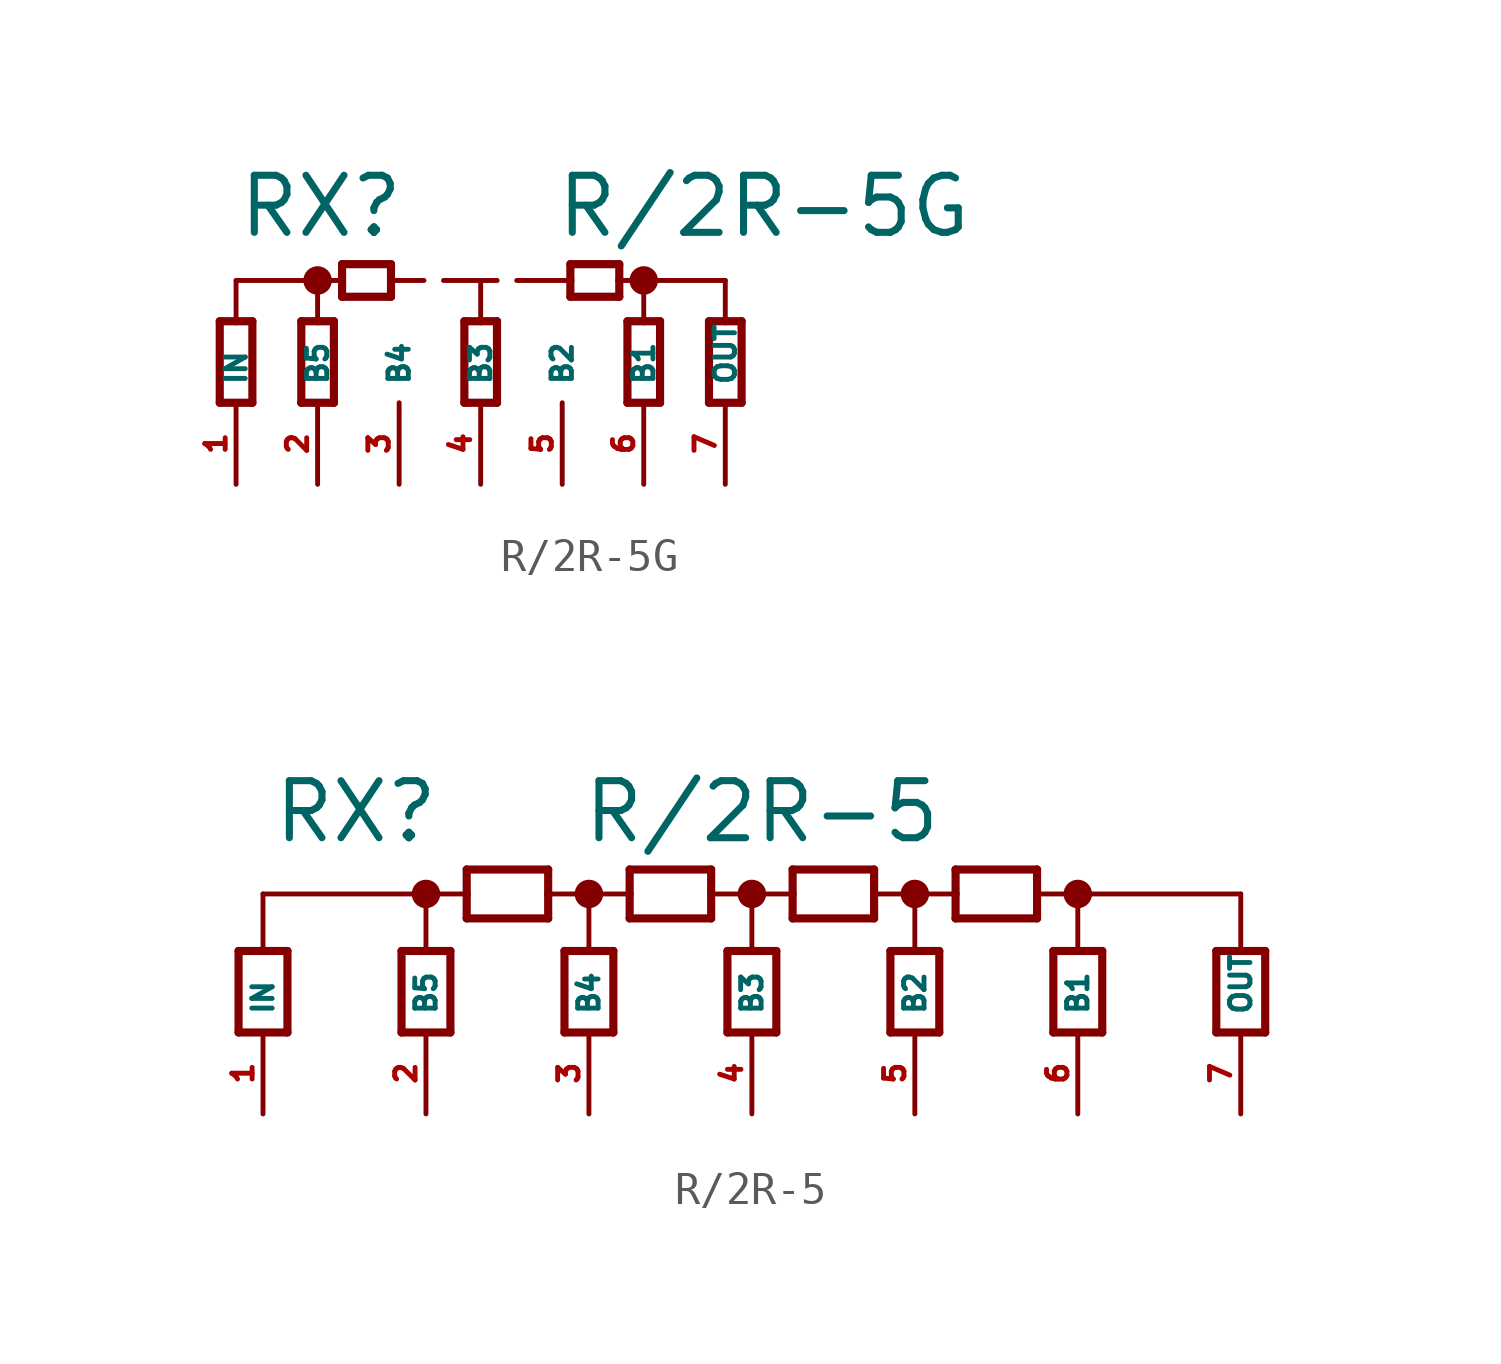
<source format=kicad_sym>
(kicad_symbol_lib
  (version 20220914)
  (generator Eagle2Kicad)
  (symbol "R/2R-5G"
    (property "Reference" "RX"
      (at -10.16 2.54 0)
      (effects (font (size 1.778 1.778) (thickness 0.22)) (justify left bottom)))
    (property "Value" "R/2R-5G"
      (at -0.254 2.54 0)
      (effects (font (size 1.778 1.778) (thickness 0.22)) (justify left bottom)))
    (polyline
      (pts (xy 2.032 -2.54) (xy 2.032 0))
      (stroke (width 0.254) (type default))
      (fill (type none)))
    (polyline
      (pts (xy 3.048 0) (xy 3.048 -2.54))
      (stroke (width 0.254) (type default))
      (fill (type none)))
    (polyline
      (pts (xy 2.032 0) (xy 2.54 0))
      (stroke (width 0.254) (type default))
      (fill (type none)))
    (polyline
      (pts (xy 2.54 0) (xy 3.048 0))
      (stroke (width 0.254) (type default))
      (fill (type none)))
    (polyline
      (pts (xy 3.048 -2.54) (xy 2.032 -2.54))
      (stroke (width 0.254) (type default))
      (fill (type none)))
    (polyline
      (pts (xy 0.254 1.778) (xy 1.778 1.778))
      (stroke (width 0.254) (type default))
      (fill (type none)))
    (polyline
      (pts (xy 1.778 0.762) (xy 0.254 0.762))
      (stroke (width 0.254) (type default))
      (fill (type none)))
    (polyline
      (pts (xy 1.778 1.778) (xy 1.778 1.27))
      (stroke (width 0.254) (type default))
      (fill (type none)))
    (polyline
      (pts (xy 1.778 1.27) (xy 1.778 0.762))
      (stroke (width 0.254) (type default))
      (fill (type none)))
    (polyline
      (pts (xy 0.254 0.762) (xy 0.254 1.27))
      (stroke (width 0.254) (type default))
      (fill (type none)))
    (polyline
      (pts (xy 0.254 1.27) (xy 0.254 1.778))
      (stroke (width 0.254) (type default))
      (fill (type none)))
    (polyline
      (pts (xy 1.778 1.27) (xy 2.54 1.27))
      (stroke (width 0.152) (type default))
      (fill (type none)))
    (polyline
      (pts (xy 2.54 1.27) (xy 5.08 1.27))
      (stroke (width 0.152) (type default))
      (fill (type none)))
    (polyline
      (pts (xy 5.08 0) (xy 5.08 1.27))
      (stroke (width 0.152) (type default))
      (fill (type none)))
    (polyline
      (pts (xy 2.54 0) (xy 2.54 1.27))
      (stroke (width 0.152) (type default))
      (fill (type none)))
    (polyline
      (pts (xy -7.62 1.27) (xy -10.16 1.27))
      (stroke (width 0.152) (type default))
      (fill (type none)))
    (polyline
      (pts (xy -10.16 0) (xy -10.16 1.27))
      (stroke (width 0.152) (type default))
      (fill (type none)))
    (polyline
      (pts (xy -6.858 1.778) (xy -5.334 1.778))
      (stroke (width 0.254) (type default))
      (fill (type none)))
    (polyline
      (pts (xy -5.334 0.762) (xy -6.858 0.762))
      (stroke (width 0.254) (type default))
      (fill (type none)))
    (polyline
      (pts (xy -5.334 1.778) (xy -5.334 1.27))
      (stroke (width 0.254) (type default))
      (fill (type none)))
    (polyline
      (pts (xy -5.334 1.27) (xy -5.334 0.762))
      (stroke (width 0.254) (type default))
      (fill (type none)))
    (polyline
      (pts (xy -6.858 0.762) (xy -6.858 1.27))
      (stroke (width 0.254) (type default))
      (fill (type none)))
    (polyline
      (pts (xy -6.858 1.27) (xy -6.858 1.778))
      (stroke (width 0.254) (type default))
      (fill (type none)))
    (polyline
      (pts (xy -7.62 1.27) (xy -6.858 1.27))
      (stroke (width 0.152) (type default))
      (fill (type none)))
    (polyline
      (pts (xy -7.62 0) (xy -7.62 1.27))
      (stroke (width 0.152) (type default))
      (fill (type none)))
    (polyline
      (pts (xy 4.572 -2.54) (xy 4.572 0))
      (stroke (width 0.254) (type default))
      (fill (type none)))
    (polyline
      (pts (xy 5.588 0) (xy 5.588 -2.54))
      (stroke (width 0.254) (type default))
      (fill (type none)))
    (polyline
      (pts (xy 4.572 0) (xy 5.08 0))
      (stroke (width 0.254) (type default))
      (fill (type none)))
    (polyline
      (pts (xy 5.08 0) (xy 5.588 0))
      (stroke (width 0.254) (type default))
      (fill (type none)))
    (polyline
      (pts (xy 5.588 -2.54) (xy 4.572 -2.54))
      (stroke (width 0.254) (type default))
      (fill (type none)))
    (polyline
      (pts (xy -10.668 -2.54) (xy -10.668 0))
      (stroke (width 0.254) (type default))
      (fill (type none)))
    (polyline
      (pts (xy -9.652 0) (xy -9.652 -2.54))
      (stroke (width 0.254) (type default))
      (fill (type none)))
    (polyline
      (pts (xy -10.668 0) (xy -10.16 0))
      (stroke (width 0.254) (type default))
      (fill (type none)))
    (polyline
      (pts (xy -10.16 0) (xy -9.652 0))
      (stroke (width 0.254) (type default))
      (fill (type none)))
    (polyline
      (pts (xy -9.652 -2.54) (xy -10.668 -2.54))
      (stroke (width 0.254) (type default))
      (fill (type none)))
    (polyline
      (pts (xy -8.128 -2.54) (xy -8.128 0))
      (stroke (width 0.254) (type default))
      (fill (type none)))
    (polyline
      (pts (xy -7.112 0) (xy -7.112 -2.54))
      (stroke (width 0.254) (type default))
      (fill (type none)))
    (polyline
      (pts (xy -8.128 0) (xy -7.62 0))
      (stroke (width 0.254) (type default))
      (fill (type none)))
    (polyline
      (pts (xy -7.62 0) (xy -7.112 0))
      (stroke (width 0.254) (type default))
      (fill (type none)))
    (polyline
      (pts (xy -7.112 -2.54) (xy -8.128 -2.54))
      (stroke (width 0.254) (type default))
      (fill (type none)))
    (polyline
      (pts (xy 0.254 1.27) (xy -5.334 1.27))
      (stroke (width 0.152) (type dash))
      (fill (type none)))
    (polyline
      (pts (xy -3.048 -2.54) (xy -3.048 0))
      (stroke (width 0.254) (type default))
      (fill (type none)))
    (polyline
      (pts (xy -2.032 0) (xy -2.032 -2.54))
      (stroke (width 0.254) (type default))
      (fill (type none)))
    (polyline
      (pts (xy -3.048 0) (xy -2.54 0))
      (stroke (width 0.254) (type default))
      (fill (type none)))
    (polyline
      (pts (xy -2.54 0) (xy -2.032 0))
      (stroke (width 0.254) (type default))
      (fill (type none)))
    (polyline
      (pts (xy -2.032 -2.54) (xy -3.048 -2.54))
      (stroke (width 0.254) (type default))
      (fill (type none)))
    (polyline
      (pts (xy -2.54 0) (xy -2.54 1.27))
      (stroke (width 0.152) (type default))
      (fill (type none)))
    (circle
      (center 2.54 1.27)
      (radius 0.254)
      (stroke (width 0.381) (type default))
      (fill (type none)))
    (circle
      (center -7.62 1.27)
      (radius 0.254)
      (stroke (width 0.381) (type default))
      (fill (type none)))
    (pin passive line
      (at 5.08 -5.08 90)
      (length 2.54)
      (name "OUT" (effects (font (size 0.635 0.635) (thickness 0.08)) (justify left bottom)))
      (number "7" (effects (font (size 0.635 0.635) (thickness 0.08)) (justify left bottom))))
    (pin passive line
      (at 2.54 -5.08 90)
      (length 2.54)
      (name "B1" (effects (font (size 0.635 0.635) (thickness 0.08)) (justify left bottom)))
      (number "6" (effects (font (size 0.635 0.635) (thickness 0.08)) (justify left bottom))))
    (pin passive line
      (at 0 -5.08 90)
      (length 2.54)
      (name "B2" (effects (font (size 0.635 0.635) (thickness 0.08)) (justify left bottom)))
      (number "5" (effects (font (size 0.635 0.635) (thickness 0.08)) (justify left bottom))))
    (pin passive line
      (at -2.54 -5.08 90)
      (length 2.54)
      (name "B3" (effects (font (size 0.635 0.635) (thickness 0.08)) (justify left bottom)))
      (number "4" (effects (font (size 0.635 0.635) (thickness 0.08)) (justify left bottom))))
    (pin passive line
      (at -5.08 -5.08 90)
      (length 2.54)
      (name "B4" (effects (font (size 0.635 0.635) (thickness 0.08)) (justify left bottom)))
      (number "3" (effects (font (size 0.635 0.635) (thickness 0.08)) (justify left bottom))))
    (pin passive line
      (at -7.62 -5.08 90)
      (length 2.54)
      (name "B5" (effects (font (size 0.635 0.635) (thickness 0.08)) (justify left bottom)))
      (number "2" (effects (font (size 0.635 0.635) (thickness 0.08)) (justify left bottom))))
    (pin passive line
      (at -10.16 -5.08 90)
      (length 2.54)
      (name "IN" (effects (font (size 0.635 0.635) (thickness 0.08)) (justify left bottom)))
      (number "1" (effects (font (size 0.635 0.635) (thickness 0.08)) (justify left bottom)))))
  (symbol "R/2R-5"
    (property "Reference" "RX"
      (at -14.986 3.302 0)
      (effects (font (size 1.778 1.778) (thickness 0.22)) (justify left bottom)))
    (property "Value" "R/2R-5"
      (at -5.334 3.302 0)
      (effects (font (size 1.778 1.778) (thickness 0.22)) (justify left bottom)))
    (polyline
      (pts (xy 10.16 1.778) (xy 15.24 1.778))
      (stroke (width 0.152) (type default))
      (fill (type none)))
    (polyline
      (pts (xy 14.478 -2.54) (xy 14.478 0))
      (stroke (width 0.254) (type default))
      (fill (type none)))
    (polyline
      (pts (xy 16.002 0) (xy 16.002 -2.54))
      (stroke (width 0.254) (type default))
      (fill (type none)))
    (polyline
      (pts (xy 14.478 0) (xy 15.24 0))
      (stroke (width 0.254) (type default))
      (fill (type none)))
    (polyline
      (pts (xy 15.24 0) (xy 16.002 0))
      (stroke (width 0.254) (type default))
      (fill (type none)))
    (polyline
      (pts (xy 16.002 -2.54) (xy 14.478 -2.54))
      (stroke (width 0.254) (type default))
      (fill (type none)))
    (polyline
      (pts (xy 15.24 0) (xy 15.24 1.778))
      (stroke (width 0.152) (type default))
      (fill (type none)))
    (polyline
      (pts (xy 9.398 -2.54) (xy 9.398 0))
      (stroke (width 0.254) (type default))
      (fill (type none)))
    (polyline
      (pts (xy 10.922 0) (xy 10.922 -2.54))
      (stroke (width 0.254) (type default))
      (fill (type none)))
    (polyline
      (pts (xy 9.398 0) (xy 10.16 0))
      (stroke (width 0.254) (type default))
      (fill (type none)))
    (polyline
      (pts (xy 10.16 0) (xy 10.922 0))
      (stroke (width 0.254) (type default))
      (fill (type none)))
    (polyline
      (pts (xy 10.922 -2.54) (xy 9.398 -2.54))
      (stroke (width 0.254) (type default))
      (fill (type none)))
    (polyline
      (pts (xy 6.35 2.54) (xy 8.89 2.54))
      (stroke (width 0.254) (type default))
      (fill (type none)))
    (polyline
      (pts (xy 8.89 1.016) (xy 6.35 1.016))
      (stroke (width 0.254) (type default))
      (fill (type none)))
    (polyline
      (pts (xy 8.89 2.54) (xy 8.89 1.778))
      (stroke (width 0.254) (type default))
      (fill (type none)))
    (polyline
      (pts (xy 8.89 1.778) (xy 8.89 1.016))
      (stroke (width 0.254) (type default))
      (fill (type none)))
    (polyline
      (pts (xy 6.35 1.016) (xy 6.35 1.778))
      (stroke (width 0.254) (type default))
      (fill (type none)))
    (polyline
      (pts (xy 6.35 1.778) (xy 6.35 2.54))
      (stroke (width 0.254) (type default))
      (fill (type none)))
    (polyline
      (pts (xy 8.89 1.778) (xy 10.16 1.778))
      (stroke (width 0.152) (type default))
      (fill (type none)))
    (polyline
      (pts (xy 10.16 0) (xy 10.16 1.778))
      (stroke (width 0.152) (type default))
      (fill (type none)))
    (polyline
      (pts (xy 5.08 1.778) (xy 6.35 1.778))
      (stroke (width 0.152) (type default))
      (fill (type none)))
    (polyline
      (pts (xy 4.318 -2.54) (xy 4.318 0))
      (stroke (width 0.254) (type default))
      (fill (type none)))
    (polyline
      (pts (xy 5.842 0) (xy 5.842 -2.54))
      (stroke (width 0.254) (type default))
      (fill (type none)))
    (polyline
      (pts (xy 4.318 0) (xy 5.08 0))
      (stroke (width 0.254) (type default))
      (fill (type none)))
    (polyline
      (pts (xy 5.08 0) (xy 5.842 0))
      (stroke (width 0.254) (type default))
      (fill (type none)))
    (polyline
      (pts (xy 5.842 -2.54) (xy 4.318 -2.54))
      (stroke (width 0.254) (type default))
      (fill (type none)))
    (polyline
      (pts (xy 1.27 2.54) (xy 3.81 2.54))
      (stroke (width 0.254) (type default))
      (fill (type none)))
    (polyline
      (pts (xy 3.81 1.016) (xy 1.27 1.016))
      (stroke (width 0.254) (type default))
      (fill (type none)))
    (polyline
      (pts (xy 3.81 2.54) (xy 3.81 1.778))
      (stroke (width 0.254) (type default))
      (fill (type none)))
    (polyline
      (pts (xy 3.81 1.778) (xy 3.81 1.016))
      (stroke (width 0.254) (type default))
      (fill (type none)))
    (polyline
      (pts (xy 1.27 1.016) (xy 1.27 1.778))
      (stroke (width 0.254) (type default))
      (fill (type none)))
    (polyline
      (pts (xy 1.27 1.778) (xy 1.27 2.54))
      (stroke (width 0.254) (type default))
      (fill (type none)))
    (polyline
      (pts (xy 3.81 1.778) (xy 5.08 1.778))
      (stroke (width 0.152) (type default))
      (fill (type none)))
    (polyline
      (pts (xy 5.08 0) (xy 5.08 1.778))
      (stroke (width 0.152) (type default))
      (fill (type none)))
    (polyline
      (pts (xy 0 1.778) (xy 1.27 1.778))
      (stroke (width 0.152) (type default))
      (fill (type none)))
    (polyline
      (pts (xy -0.762 -2.54) (xy -0.762 0))
      (stroke (width 0.254) (type default))
      (fill (type none)))
    (polyline
      (pts (xy 0.762 0) (xy 0.762 -2.54))
      (stroke (width 0.254) (type default))
      (fill (type none)))
    (polyline
      (pts (xy -0.762 0) (xy 0 0))
      (stroke (width 0.254) (type default))
      (fill (type none)))
    (polyline
      (pts (xy 0 0) (xy 0.762 0))
      (stroke (width 0.254) (type default))
      (fill (type none)))
    (polyline
      (pts (xy 0.762 -2.54) (xy -0.762 -2.54))
      (stroke (width 0.254) (type default))
      (fill (type none)))
    (polyline
      (pts (xy -3.81 2.54) (xy -1.27 2.54))
      (stroke (width 0.254) (type default))
      (fill (type none)))
    (polyline
      (pts (xy -1.27 1.016) (xy -3.81 1.016))
      (stroke (width 0.254) (type default))
      (fill (type none)))
    (polyline
      (pts (xy -1.27 2.54) (xy -1.27 1.778))
      (stroke (width 0.254) (type default))
      (fill (type none)))
    (polyline
      (pts (xy -1.27 1.778) (xy -1.27 1.016))
      (stroke (width 0.254) (type default))
      (fill (type none)))
    (polyline
      (pts (xy -3.81 1.016) (xy -3.81 1.778))
      (stroke (width 0.254) (type default))
      (fill (type none)))
    (polyline
      (pts (xy -3.81 1.778) (xy -3.81 2.54))
      (stroke (width 0.254) (type default))
      (fill (type none)))
    (polyline
      (pts (xy -1.27 1.778) (xy 0 1.778))
      (stroke (width 0.152) (type default))
      (fill (type none)))
    (polyline
      (pts (xy 0 0) (xy 0 1.778))
      (stroke (width 0.152) (type default))
      (fill (type none)))
    (polyline
      (pts (xy -5.08 1.778) (xy -3.81 1.778))
      (stroke (width 0.152) (type default))
      (fill (type none)))
    (polyline
      (pts (xy -5.842 -2.54) (xy -5.842 0))
      (stroke (width 0.254) (type default))
      (fill (type none)))
    (polyline
      (pts (xy -4.318 0) (xy -4.318 -2.54))
      (stroke (width 0.254) (type default))
      (fill (type none)))
    (polyline
      (pts (xy -5.842 0) (xy -5.08 0))
      (stroke (width 0.254) (type default))
      (fill (type none)))
    (polyline
      (pts (xy -5.08 0) (xy -4.318 0))
      (stroke (width 0.254) (type default))
      (fill (type none)))
    (polyline
      (pts (xy -4.318 -2.54) (xy -5.842 -2.54))
      (stroke (width 0.254) (type default))
      (fill (type none)))
    (polyline
      (pts (xy -8.89 2.54) (xy -6.35 2.54))
      (stroke (width 0.254) (type default))
      (fill (type none)))
    (polyline
      (pts (xy -6.35 1.016) (xy -8.89 1.016))
      (stroke (width 0.254) (type default))
      (fill (type none)))
    (polyline
      (pts (xy -6.35 2.54) (xy -6.35 1.778))
      (stroke (width 0.254) (type default))
      (fill (type none)))
    (polyline
      (pts (xy -6.35 1.778) (xy -6.35 1.016))
      (stroke (width 0.254) (type default))
      (fill (type none)))
    (polyline
      (pts (xy -8.89 1.016) (xy -8.89 1.778))
      (stroke (width 0.254) (type default))
      (fill (type none)))
    (polyline
      (pts (xy -8.89 1.778) (xy -8.89 2.54))
      (stroke (width 0.254) (type default))
      (fill (type none)))
    (polyline
      (pts (xy -6.35 1.778) (xy -5.08 1.778))
      (stroke (width 0.152) (type default))
      (fill (type none)))
    (polyline
      (pts (xy -5.08 0) (xy -5.08 1.778))
      (stroke (width 0.152) (type default))
      (fill (type none)))
    (polyline
      (pts (xy -10.16 1.778) (xy -8.89 1.778))
      (stroke (width 0.152) (type default))
      (fill (type none)))
    (polyline
      (pts (xy -10.922 -2.54) (xy -10.922 0))
      (stroke (width 0.254) (type default))
      (fill (type none)))
    (polyline
      (pts (xy -9.398 0) (xy -9.398 -2.54))
      (stroke (width 0.254) (type default))
      (fill (type none)))
    (polyline
      (pts (xy -10.922 0) (xy -10.16 0))
      (stroke (width 0.254) (type default))
      (fill (type none)))
    (polyline
      (pts (xy -10.16 0) (xy -9.398 0))
      (stroke (width 0.254) (type default))
      (fill (type none)))
    (polyline
      (pts (xy -9.398 -2.54) (xy -10.922 -2.54))
      (stroke (width 0.254) (type default))
      (fill (type none)))
    (polyline
      (pts (xy -10.16 0) (xy -10.16 1.778))
      (stroke (width 0.152) (type default))
      (fill (type none)))
    (polyline
      (pts (xy -10.16 1.778) (xy -15.24 1.778))
      (stroke (width 0.152) (type default))
      (fill (type none)))
    (polyline
      (pts (xy -14.478 -2.54) (xy -14.478 0))
      (stroke (width 0.254) (type default))
      (fill (type none)))
    (polyline
      (pts (xy -16.002 0) (xy -16.002 -2.54))
      (stroke (width 0.254) (type default))
      (fill (type none)))
    (polyline
      (pts (xy -14.478 0) (xy -15.24 0))
      (stroke (width 0.254) (type default))
      (fill (type none)))
    (polyline
      (pts (xy -15.24 0) (xy -16.002 0))
      (stroke (width 0.254) (type default))
      (fill (type none)))
    (polyline
      (pts (xy -16.002 -2.54) (xy -14.478 -2.54))
      (stroke (width 0.254) (type default))
      (fill (type none)))
    (polyline
      (pts (xy -15.24 0) (xy -15.24 1.778))
      (stroke (width 0.152) (type default))
      (fill (type none)))
    (circle
      (center 10.16 1.778)
      (radius 0.254)
      (stroke (width 0.381) (type default))
      (fill (type none)))
    (circle
      (center 5.08 1.778)
      (radius 0.254)
      (stroke (width 0.381) (type default))
      (fill (type none)))
    (circle
      (center 0 1.778)
      (radius 0.254)
      (stroke (width 0.381) (type default))
      (fill (type none)))
    (circle
      (center -5.08 1.778)
      (radius 0.254)
      (stroke (width 0.381) (type default))
      (fill (type none)))
    (circle
      (center -10.16 1.778)
      (radius 0.254)
      (stroke (width 0.381) (type default))
      (fill (type none)))
    (pin passive line
      (at 15.24 -5.08 90)
      (length 2.54)
      (name "OUT" (effects (font (size 0.635 0.635) (thickness 0.08)) (justify left bottom)))
      (number "7" (effects (font (size 0.635 0.635) (thickness 0.08)) (justify left bottom))))
    (pin passive line
      (at 10.16 -5.08 90)
      (length 2.54)
      (name "B1" (effects (font (size 0.635 0.635) (thickness 0.08)) (justify left bottom)))
      (number "6" (effects (font (size 0.635 0.635) (thickness 0.08)) (justify left bottom))))
    (pin passive line
      (at 5.08 -5.08 90)
      (length 2.54)
      (name "B2" (effects (font (size 0.635 0.635) (thickness 0.08)) (justify left bottom)))
      (number "5" (effects (font (size 0.635 0.635) (thickness 0.08)) (justify left bottom))))
    (pin passive line
      (at 0 -5.08 90)
      (length 2.54)
      (name "B3" (effects (font (size 0.635 0.635) (thickness 0.08)) (justify left bottom)))
      (number "4" (effects (font (size 0.635 0.635) (thickness 0.08)) (justify left bottom))))
    (pin passive line
      (at -5.08 -5.08 90)
      (length 2.54)
      (name "B4" (effects (font (size 0.635 0.635) (thickness 0.08)) (justify left bottom)))
      (number "3" (effects (font (size 0.635 0.635) (thickness 0.08)) (justify left bottom))))
    (pin passive line
      (at -10.16 -5.08 90)
      (length 2.54)
      (name "B5" (effects (font (size 0.635 0.635) (thickness 0.08)) (justify left bottom)))
      (number "2" (effects (font (size 0.635 0.635) (thickness 0.08)) (justify left bottom))))
    (pin passive line
      (at -15.24 -5.08 90)
      (length 2.54)
      (name "IN" (effects (font (size 0.635 0.635) (thickness 0.08)) (justify left bottom)))
      (number "1" (effects (font (size 0.635 0.635) (thickness 0.08)) (justify left bottom))))))
</source>
